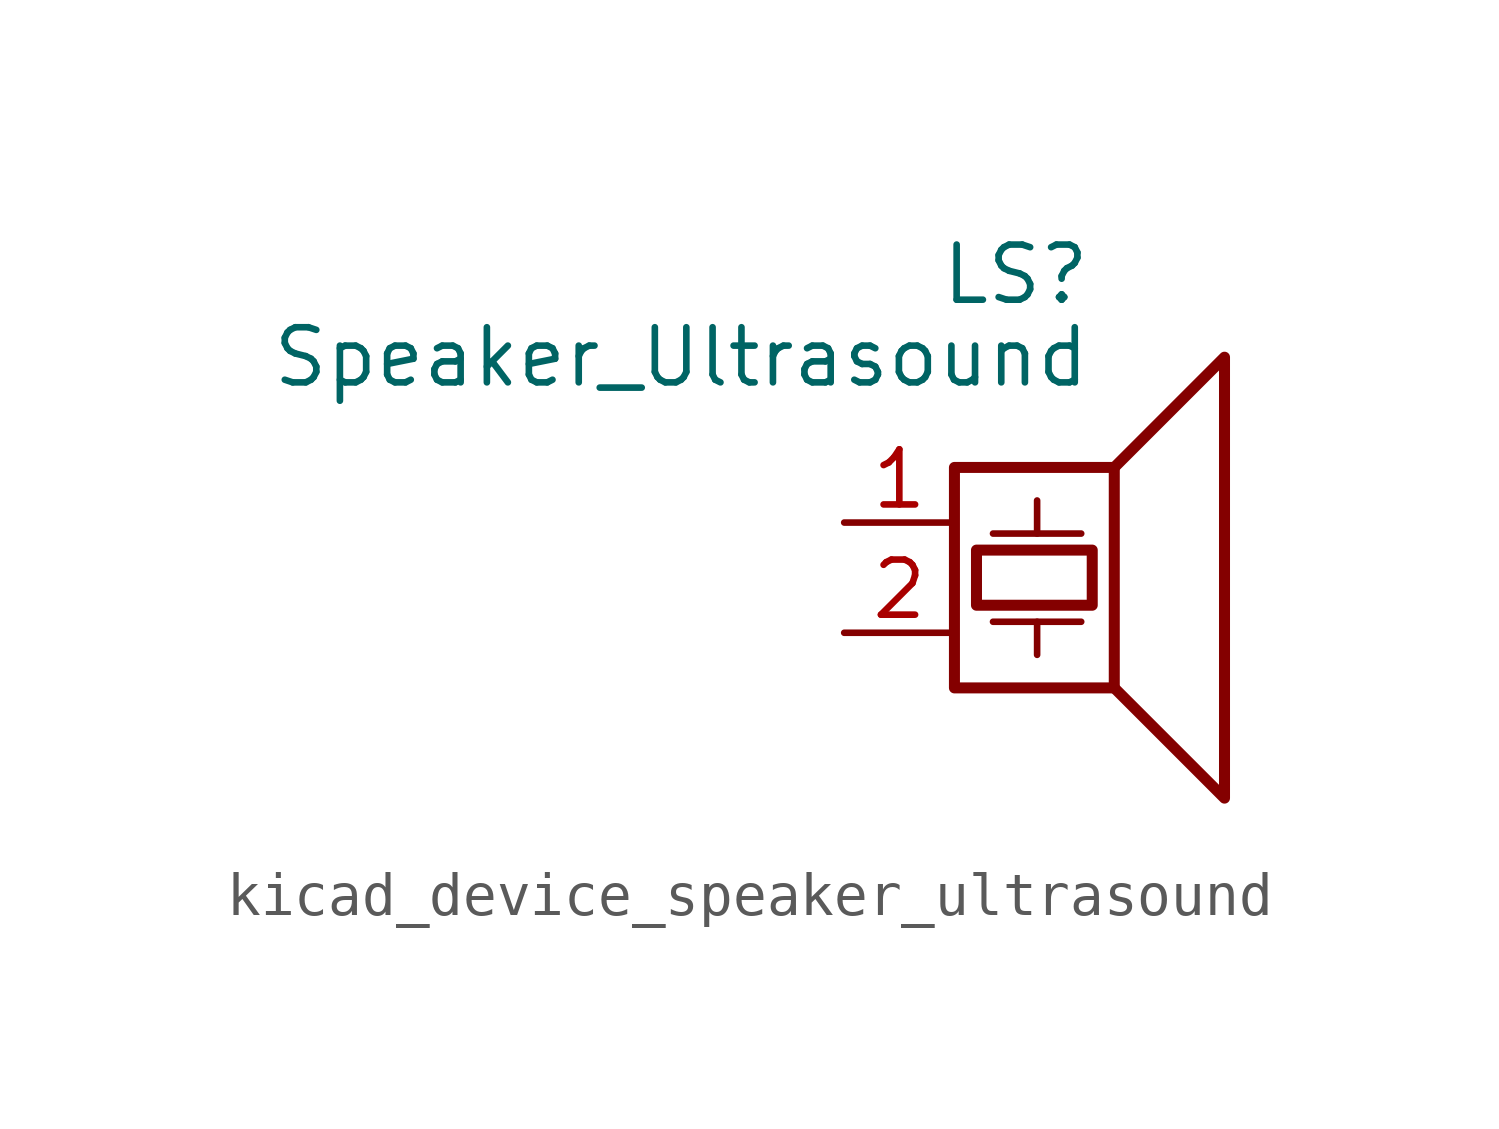
<source format=kicad_sym>
(kicad_symbol_lib
  (version 20220914)
  (generator kicad_symbol_editor)
  (symbol "kicad_device_speaker_ultrasound"
    (pin_names
      (offset 0) hide)
    (property "Reference" "LS"
      (at 0.635 5.715 0)
      (effects (font (size 1.27 1.27)) (justify right)))
    (property "Value" "Speaker_Ultrasound"
      (at 0.635 3.81 0)
      (effects (font (size 1.27 1.27)) (justify right)))
    (symbol "kicad_device_speaker_ultrasound_0_0"
      (rectangle (start -2.54 1.27) (end 1.143 -3.81) (stroke (width 0.254) (type default)) (fill (type none)))
      (rectangle (start -2.032 -0.635) (end 0.635 -1.905) (stroke (width 0.254) (type default)) (fill (type none)))
      (polyline (pts (xy -1.651 -2.286) (xy 0.381 -2.286)) (stroke (width 0) (type default)) (fill (type none)))
      (polyline (pts (xy -1.651 -0.254) (xy 0.381 -0.254)) (stroke (width 0) (type default)) (fill (type none)))
      (polyline (pts (xy -0.635 -2.286) (xy -0.635 -3.048)) (stroke (width 0) (type default)) (fill (type none)))
      (polyline (pts (xy -0.635 -0.254) (xy -0.635 0.508)) (stroke (width 0) (type default)) (fill (type none)))
      (polyline (pts (xy 1.143 1.27) (xy 3.683 3.81) (xy 3.683 -6.35) (xy 1.143 -3.81)) (stroke (width 0.254) (type default)) (fill (type none))))
    (symbol "kicad_device_speaker_ultrasound_1_1"
      (pin input line (at -5.08 0 0) (length 2.54) (name "1" (effects (font (size 1.27 1.27)))) (number "1" (effects (font (size 1.27 1.27)))))
      (pin input line (at -5.08 -2.54 0) (length 2.54) (name "2" (effects (font (size 1.27 1.27)))) (number "2" (effects (font (size 1.27 1.27))))))))
</source>
